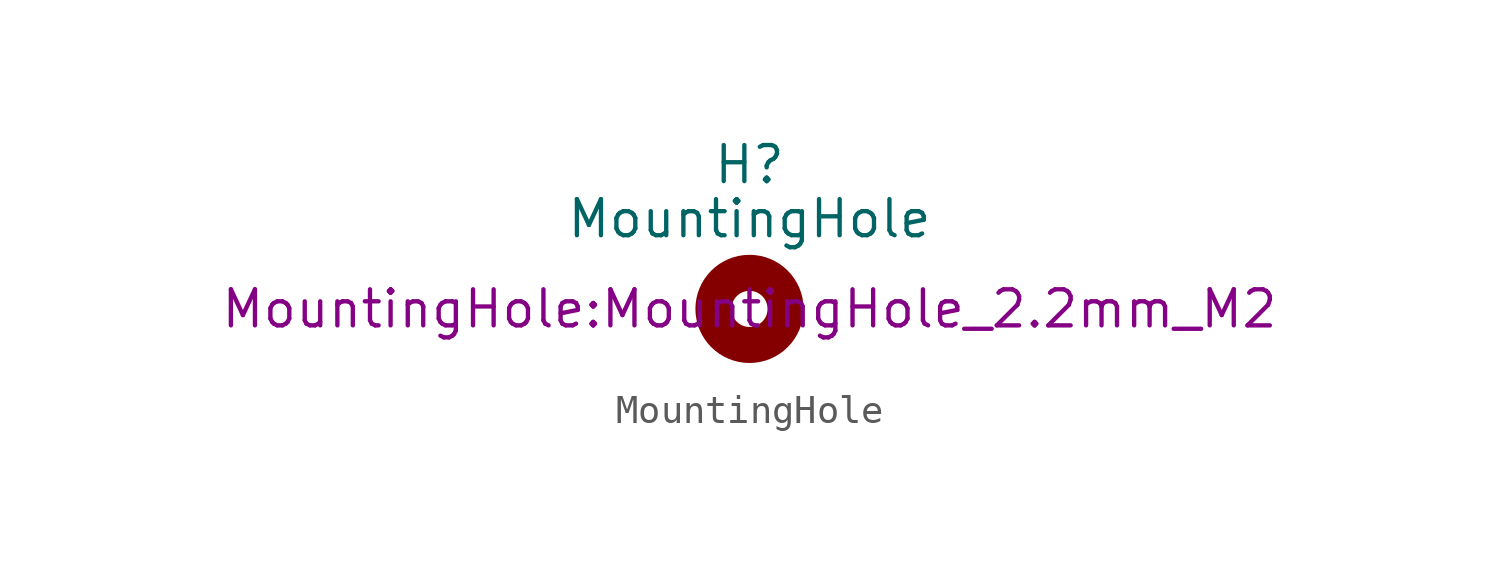
<source format=kicad_sym>
(kicad_symbol_lib
  (version 20211014)
  (generator kicad_symbol_editor)
  (symbol "MountingHole"
    (pin_names
      (offset 1.016))
    (property "Reference" "H"
      (at 0 5.08 0)
      (effects (font (size 1.27 1.27))))
    (property "Value" "MountingHole"
      (at 0 3.175 0)
      (effects (font (size 1.27 1.27))))
    (property "Footprint" "MountingHole:MountingHole_2.2mm_M2"
      (at 0 0 0)
      (effects (font (size 1.27 1.27))))
    (symbol "MountingHole_0_1"
      (circle (center 0 0) (radius 1.27) (stroke (width 1.27) (type default) (color 0 0 0 0)) (fill (type none))))))
</source>
